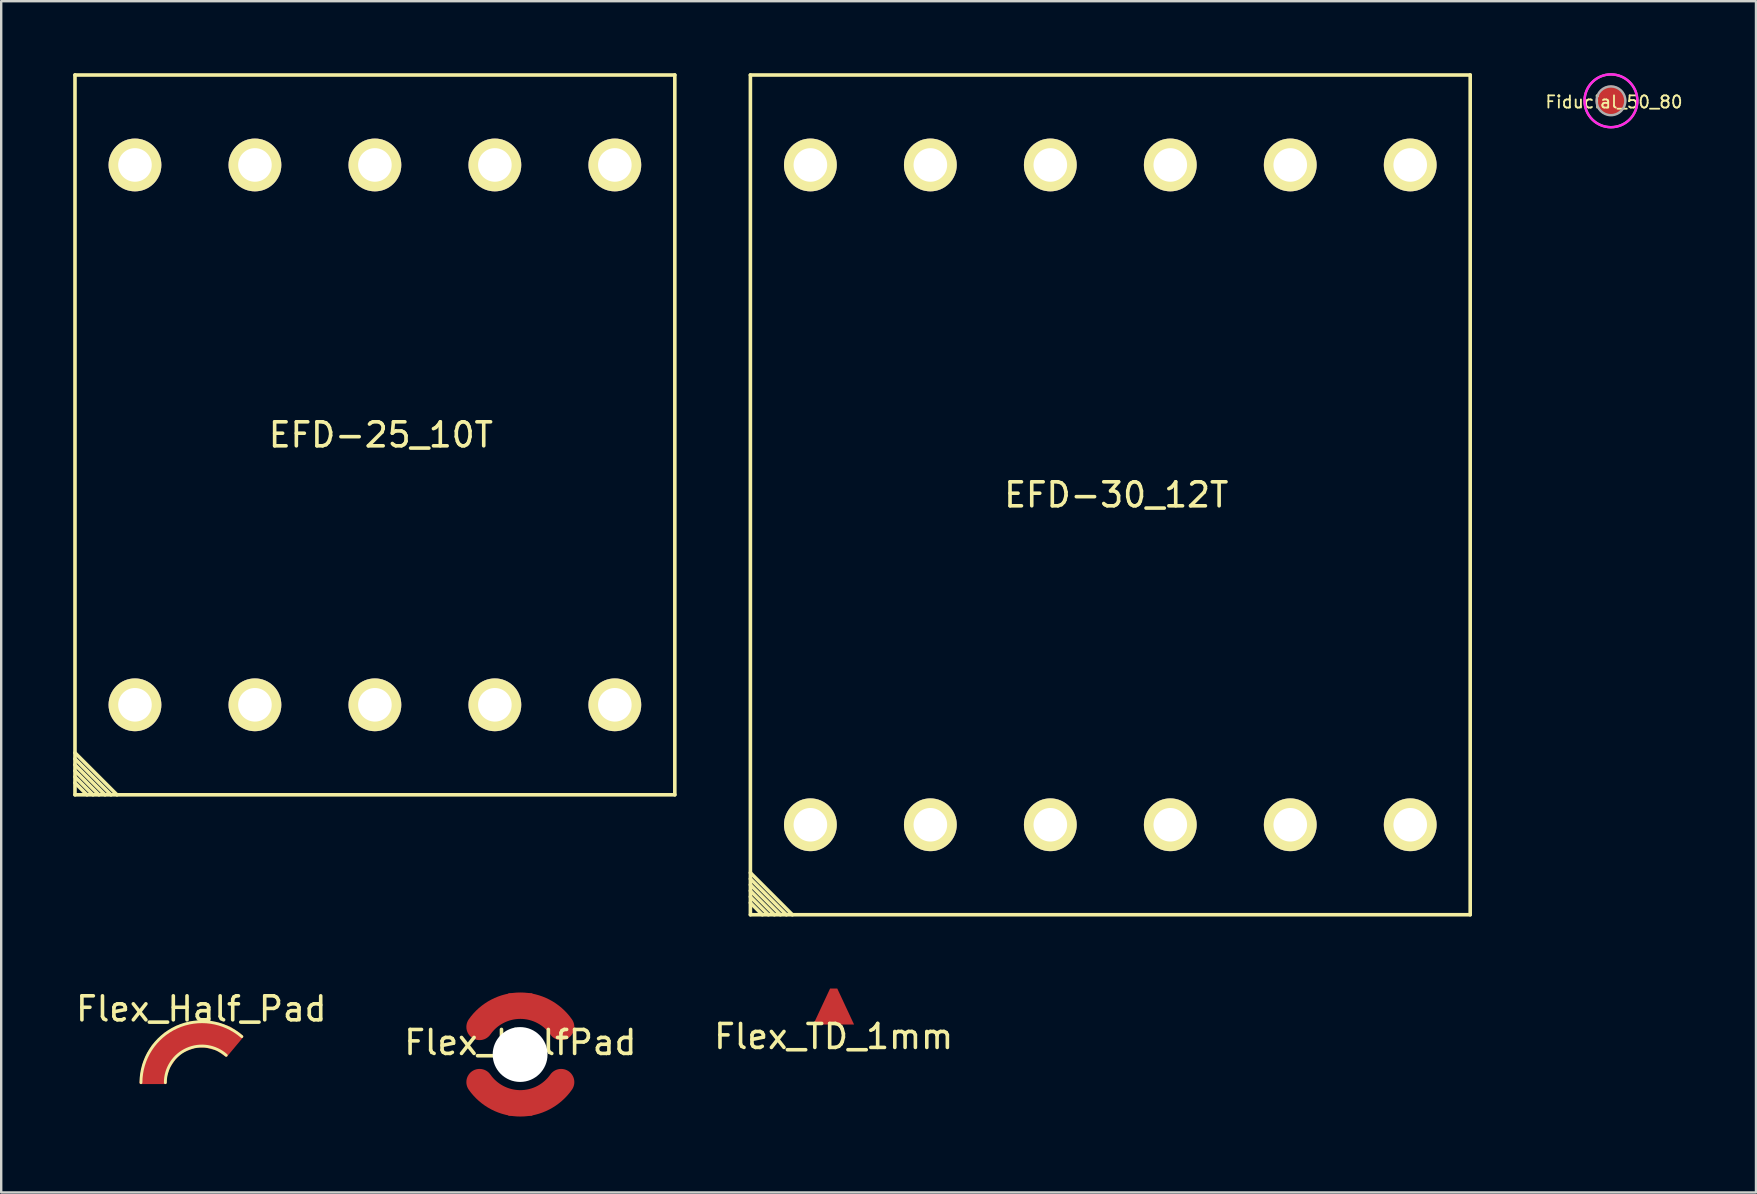
<source format=kicad_pcb>
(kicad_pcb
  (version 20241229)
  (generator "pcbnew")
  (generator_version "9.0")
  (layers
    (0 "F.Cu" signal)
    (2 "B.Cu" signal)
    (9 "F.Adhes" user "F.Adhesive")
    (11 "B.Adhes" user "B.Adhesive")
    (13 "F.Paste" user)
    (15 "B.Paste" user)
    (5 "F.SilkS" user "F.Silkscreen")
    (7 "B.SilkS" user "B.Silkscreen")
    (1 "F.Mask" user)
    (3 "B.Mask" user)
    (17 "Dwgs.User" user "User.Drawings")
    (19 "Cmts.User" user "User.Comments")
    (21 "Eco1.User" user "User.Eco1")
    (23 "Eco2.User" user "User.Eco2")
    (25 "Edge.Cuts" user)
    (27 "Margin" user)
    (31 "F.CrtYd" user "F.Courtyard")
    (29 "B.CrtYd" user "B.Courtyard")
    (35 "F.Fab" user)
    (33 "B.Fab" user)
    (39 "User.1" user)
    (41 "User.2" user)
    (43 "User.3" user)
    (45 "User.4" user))
  (footprint "Fiducial_50_80"
    (layer "F.Cu")
    (at 64.091 1.151)
    (property "Reference" "Fiducial_50_80" (at 0.127 0.051 0) (layer "F.SilkS") (effects (font (size 0.508 0.508) (thickness 0.076))))
    (attr exclude_from_pos_files exclude_from_bom)
    (fp_circle (center 0 0) (end 0.05 -1.1) (stroke (width 0.1) (type solid)) (fill no) (layer "F.CrtYd"))
    (fp_circle (center 0 0) (end 0 -1.1) (stroke (width 0.1) (type solid)) (fill no) (layer "F.Fab"))
    (fp_circle (center 0 0) (end 0 -0.6) (stroke (width 0.1) (type solid)) (fill no) (layer "F.Fab"))
    (pad "1" smd circle (at 0 0) (size 1.27 1.27) (layers "F.Cu" "F.Mask")))
  (footprint "Flex_HalfPad"
    (layer "F.Cu")
    (at 18.637 40.9)
    (property "Reference" "Flex_HalfPad" (at 0 -0.5 0) (unlocked yes) (layer "F.SilkS") (effects (font (size 1 1) (thickness 0.15))))
    (attr smd)
    (fp_arc (start -1.7 -1.15) (mid 0 -2.034964) (end 1.7 -1.15) (stroke (width 1.1) (type solid)) (layer "F.Cu"))
    (fp_arc (start 1.7 1.15) (mid 0 2.034964) (end -1.7 1.15) (stroke (width 1.1) (type solid)) (layer "F.Cu"))
    (fp_circle (center 0 0) (end 2 0) (stroke (width 1.5) (type solid)) (fill no) (layer "F.Mask"))
    (fp_line (start -2.31 -1.02) (end 2.38 1.02) (stroke (width 0.12) (type solid)) (layer "User.1"))
    (fp_line (start 2.39 -1.04) (end -2.3 1) (stroke (width 0.12) (type solid)) (layer "User.1"))
    (fp_circle (center 0 0) (end 1.54 -0.01) (stroke (width 0.12) (type solid)) (fill no) (layer "User.1"))
    (fp_circle (center 0 0) (end 2.55 0) (stroke (width 0.12) (type solid)) (fill no) (layer "User.1"))
    (pad "" np_thru_hole circle (at -0.01 0) (size 2.286 2.286) (drill 2.286) (layers "*.Cu" "*.Mask"))
    (pad "1" smd rect (at 0 -2.05) (size 1 1) (layers "F.Cu" "F.Mask" "F.Paste"))
    (pad "2" smd rect (at 0 2.05) (size 1 1) (layers "F.Cu" "F.Mask" "F.Paste")))
  (footprint "EFD-25_10T"
    (layer "F.Cu")
    (at 12.575 15.075)
    (property "Reference" "EFD-25_10T" (at 0.25 0 0) (layer "F.SilkS") (effects (font (size 1 1) (thickness 0.15))))
    (attr through_hole)
    (fp_line (start -12.5 -15) (end 12.5 -15) (stroke (width 0.15) (type solid)) (layer "F.SilkS"))
    (fp_line (start -12.5 13.25) (end -10.75 15) (stroke (width 0.15) (type solid)) (layer "F.SilkS"))
    (fp_line (start -12.5 13.5) (end -11 15) (stroke (width 0.15) (type solid)) (layer "F.SilkS"))
    (fp_line (start -12.5 13.75) (end -11.25 15) (stroke (width 0.15) (type solid)) (layer "F.SilkS"))
    (fp_line (start -12.5 14) (end -11.5 15) (stroke (width 0.15) (type solid)) (layer "F.SilkS"))
    (fp_line (start -12.5 14.25) (end -11.75 15) (stroke (width 0.15) (type solid)) (layer "F.SilkS"))
    (fp_line (start -12.5 14.5) (end -12 15) (stroke (width 0.15) (type solid)) (layer "F.SilkS"))
    (fp_line (start -12.5 15) (end -12.5 -15) (stroke (width 0.15) (type solid)) (layer "F.SilkS"))
    (fp_line (start 12.5 -15) (end 12.5 15) (stroke (width 0.15) (type solid)) (layer "F.SilkS"))
    (fp_line (start 12.5 15) (end -12.5 15) (stroke (width 0.15) (type solid)) (layer "F.SilkS"))
    (pad "1" thru_hole circle (at -10 11.25) (size 2.2 2.2) (drill 1.4) (layers "*.Cu" "*.Mask" "F.SilkS"))
    (pad "2" thru_hole circle (at -5 11.25) (size 2.2 2.2) (drill 1.4) (layers "*.Cu" "*.Mask" "F.SilkS"))
    (pad "3" thru_hole circle (at 0 11.25) (size 2.2 2.2) (drill 1.4) (layers "*.Cu" "*.Mask" "F.SilkS"))
    (pad "4" thru_hole circle (at 5 11.25) (size 2.2 2.2) (drill 1.4) (layers "*.Cu" "*.Mask" "F.SilkS"))
    (pad "5" thru_hole circle (at 10 11.25) (size 2.2 2.2) (drill 1.4) (layers "*.Cu" "*.Mask" "F.SilkS"))
    (pad "6" thru_hole circle (at 10 -11.25) (size 2.2 2.2) (drill 1.4) (layers "*.Cu" "*.Mask" "F.SilkS"))
    (pad "7" thru_hole circle (at 5 -11.25) (size 2.2 2.2) (drill 1.4) (layers "*.Cu" "*.Mask" "F.SilkS"))
    (pad "8" thru_hole circle (at 0 -11.25) (size 2.2 2.2) (drill 1.4) (layers "*.Cu" "*.Mask" "F.SilkS"))
    (pad "9" thru_hole circle (at -5 -11.25) (size 2.2 2.2) (drill 1.4) (layers "*.Cu" "*.Mask" "F.SilkS"))
    (pad "10" thru_hole circle (at -10 -11.25) (size 2.2 2.2) (drill 1.4) (layers "*.Cu" "*.Mask" "F.SilkS")))
  (footprint "Flex_TD_1mm"
    (layer "F.Cu")
    (at 31.696 39.65)
    (property "Reference" "Flex_TD_1mm" (at 0 0.5 0) (layer "F.SilkS") (effects (font (size 1 1) (thickness 0.15))))
    (attr through_hole)
    (pad "1" smd trapezoid (at 0 0) (size 1 1.5) (rect_delta 0 0.7) (drill (offset 0 -0.75)) (layers "F.Cu" "F.Mask" "F.Paste")))
  (footprint "Flex_Half_Pad"
    (layer "F.Cu")
    (at 5.365 42.072)
    (property "Reference" "Flex_Half_Pad" (at -0.025 -3.073 0) (unlocked yes) (layer "F.SilkS") (effects (font (size 1 1) (thickness 0.15))))
    (attr smd)
    (fp_poly (pts (xy 0.686 -2.438) (xy 1.143 -2.286) (xy 1.524 -2.032) (xy 1.664 -1.919) (xy 1.012 -1.139) (xy 0.635 -1.397) (xy 0.127 -1.524) (xy -0.254 -1.524) (xy -0.624 -1.39) (xy -0.889 -1.27) (xy -1.143 -1.016) (xy -1.397 -0.635) (xy -1.524 -0.254) (xy -1.524 0) (xy -2.54 0) (xy -2.489 -0.406) (xy -2.413 -0.762) (xy -2.261 -1.143) (xy -2.032 -1.524) (xy -1.524 -2.032) (xy -1.055 -2.311) (xy -0.483 -2.489) (xy 0.076 -2.54)) (stroke (width 0.12) (type solid)) (fill yes) (layer "F.Cu"))
    (fp_poly (pts (xy 0.508 -2.642) (xy 1.016 -2.515) (xy 1.524 -2.235) (xy 1.829 -2.007) (xy 1.829 -1.905) (xy 1.067 -0.965) (xy 0.991 -0.965) (xy 0.94 -1.016) (xy 0.686 -1.219) (xy 0.432 -1.346) (xy 0.102 -1.422) (xy -0.254 -1.397) (xy -0.635 -1.27) (xy -0.991 -1.016) (xy -1.27 -0.66) (xy -1.422 -0.203) (xy -1.422 0.178) (xy -2.692 0.178) (xy -2.692 -0.356) (xy -2.616 -0.711) (xy -2.438 -1.194) (xy -2.184 -1.6) (xy -1.88 -1.956) (xy -1.524 -2.261) (xy -1.067 -2.489) (xy -0.457 -2.667) (xy 0.076 -2.692)) (stroke (width 0.12) (type solid)) (fill yes) (layer "F.Mask"))
    (fp_arc (start -2.54 0) (mid -1.055047 -2.310514) (end 1.663524 -1.91945) (stroke (width 0.12) (type solid)) (layer "F.SilkS"))
    (fp_arc (start -1.524 0) (mid -0.624316 -1.390254) (end 1.01249 -1.139052) (stroke (width 0.12) (type solid)) (layer "F.SilkS"))
    (pad "1" smd circle (at -1.981 -0.127) (size 0.254 0.254) (layers "F.Cu" "F.Mask" "F.Paste")))
  (footprint "EFD-30_12T"
    (layer "F.Cu")
    (at 43.225 17.575)
    (property "Reference" "EFD-30_12T" (at 0.25 0 0) (layer "F.SilkS") (effects (font (size 1 1) (thickness 0.15))))
    (attr through_hole)
    (fp_line (start -15 -17.5) (end 15 -17.5) (stroke (width 0.15) (type solid)) (layer "F.SilkS"))
    (fp_line (start -15 15.75) (end -13.25 17.5) (stroke (width 0.15) (type solid)) (layer "F.SilkS"))
    (fp_line (start -15 16) (end -13.5 17.5) (stroke (width 0.15) (type solid)) (layer "F.SilkS"))
    (fp_line (start -15 16.25) (end -13.75 17.5) (stroke (width 0.15) (type solid)) (layer "F.SilkS"))
    (fp_line (start -15 16.5) (end -14 17.5) (stroke (width 0.15) (type solid)) (layer "F.SilkS"))
    (fp_line (start -15 16.75) (end -14.25 17.5) (stroke (width 0.15) (type solid)) (layer "F.SilkS"))
    (fp_line (start -15 17) (end -14.5 17.5) (stroke (width 0.15) (type solid)) (layer "F.SilkS"))
    (fp_line (start -15 17.5) (end -15 -17.5) (stroke (width 0.15) (type solid)) (layer "F.SilkS"))
    (fp_line (start 15 -17.5) (end 15 17.5) (stroke (width 0.15) (type solid)) (layer "F.SilkS"))
    (fp_line (start 15 17.5) (end -15 17.5) (stroke (width 0.15) (type solid)) (layer "F.SilkS"))
    (pad "1" thru_hole circle (at -12.5 13.75) (size 2.2 2.2) (drill 1.4) (layers "*.Cu" "*.Mask" "F.SilkS"))
    (pad "2" thru_hole circle (at -7.5 13.75) (size 2.2 2.2) (drill 1.4) (layers "*.Cu" "*.Mask" "F.SilkS"))
    (pad "3" thru_hole circle (at -2.5 13.75) (size 2.2 2.2) (drill 1.4) (layers "*.Cu" "*.Mask" "F.SilkS"))
    (pad "4" thru_hole circle (at 2.5 13.75) (size 2.2 2.2) (drill 1.4) (layers "*.Cu" "*.Mask" "F.SilkS"))
    (pad "5" thru_hole circle (at 7.5 13.75) (size 2.2 2.2) (drill 1.4) (layers "*.Cu" "*.Mask" "F.SilkS"))
    (pad "6" thru_hole circle (at 12.5 13.75) (size 2.2 2.2) (drill 1.4) (layers "*.Cu" "*.Mask" "F.SilkS"))
    (pad "7" thru_hole circle (at 12.5 -13.75) (size 2.2 2.2) (drill 1.4) (layers "*.Cu" "*.Mask" "F.SilkS"))
    (pad "8" thru_hole circle (at 7.5 -13.75) (size 2.2 2.2) (drill 1.4) (layers "*.Cu" "*.Mask" "F.SilkS"))
    (pad "9" thru_hole circle (at 2.5 -13.75) (size 2.2 2.2) (drill 1.4) (layers "*.Cu" "*.Mask" "F.SilkS"))
    (pad "10" thru_hole circle (at -2.5 -13.75) (size 2.2 2.2) (drill 1.4) (layers "*.Cu" "*.Mask" "F.SilkS"))
    (pad "11" thru_hole circle (at -7.5 -13.75) (size 2.2 2.2) (drill 1.4) (layers "*.Cu" "*.Mask" "F.SilkS"))
    (pad "12" thru_hole circle (at -12.5 -13.75) (size 2.2 2.2) (drill 1.4) (layers "*.Cu" "*.Mask" "F.SilkS")))
  (gr_rect
    (start -3 -3)
    (end 70.136 46.65)
    (stroke (width 0.1) (type default))
    (fill no)
    (layer "Edge.Cuts")))
</source>
